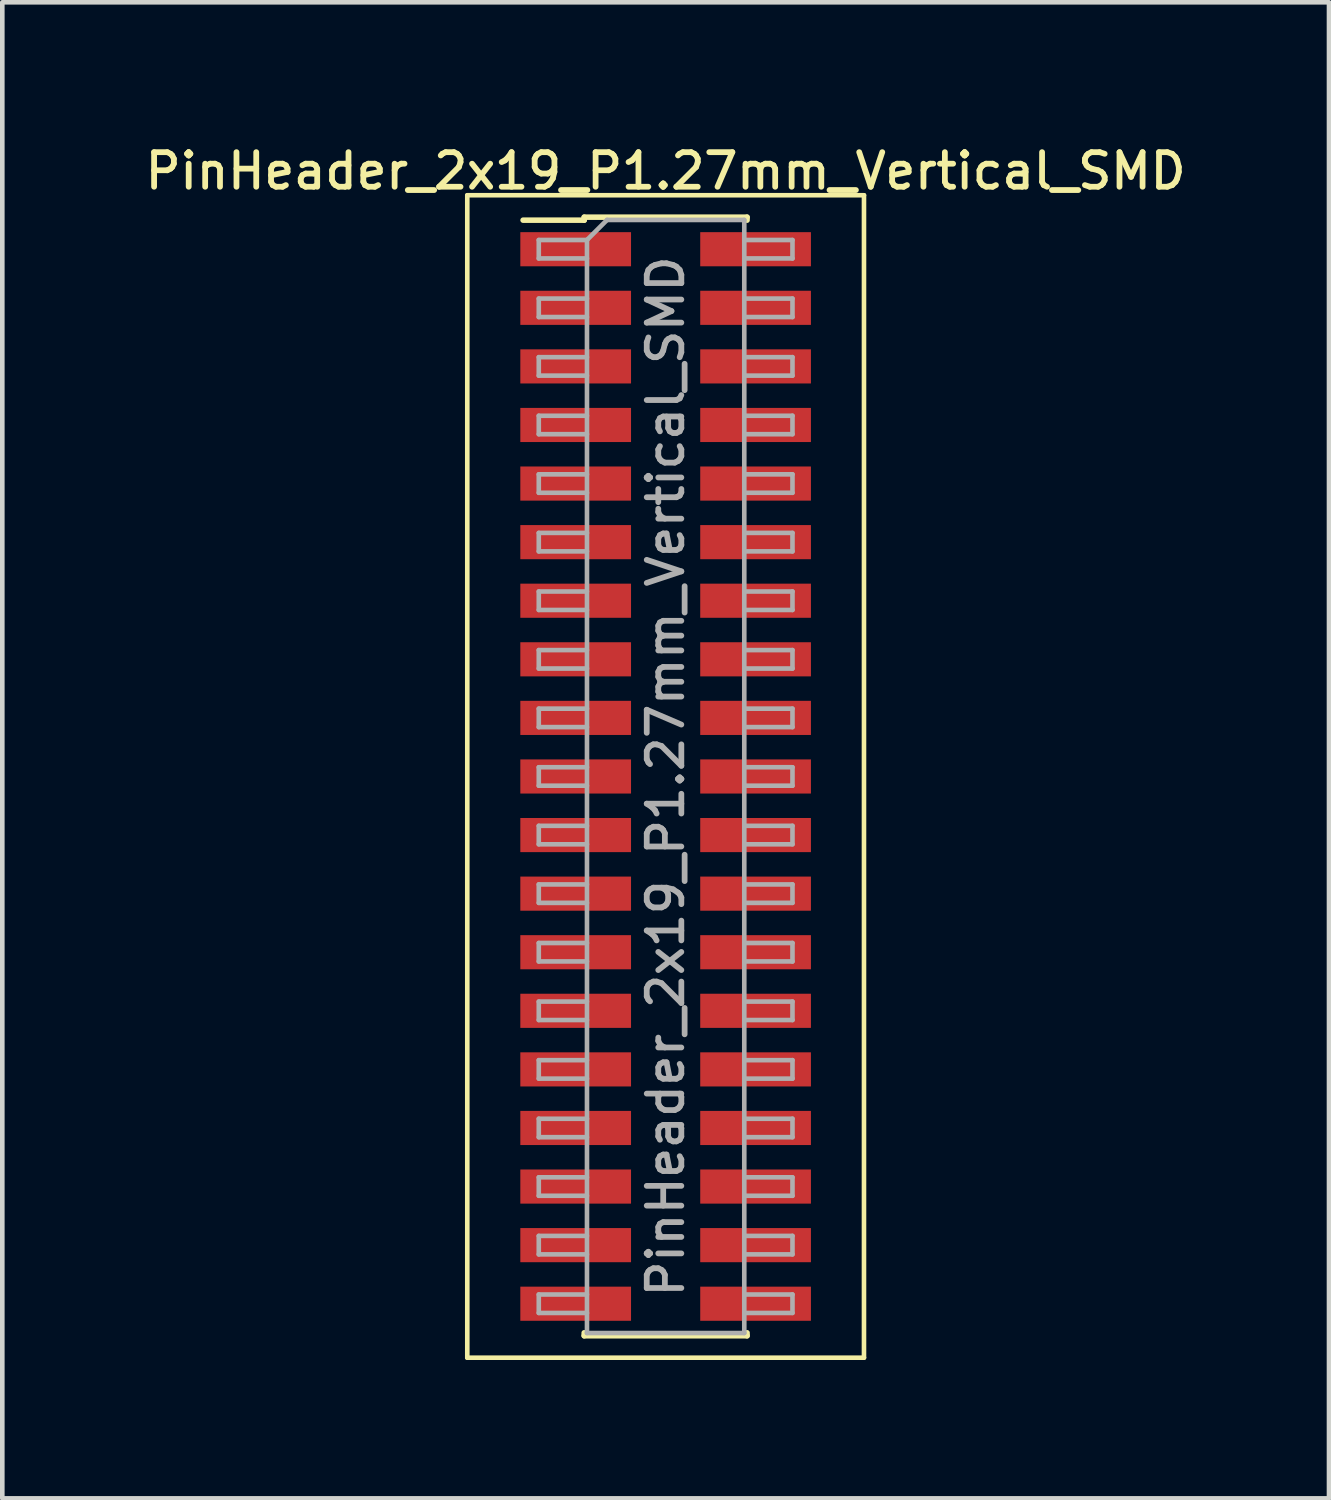
<source format=kicad_pcb>
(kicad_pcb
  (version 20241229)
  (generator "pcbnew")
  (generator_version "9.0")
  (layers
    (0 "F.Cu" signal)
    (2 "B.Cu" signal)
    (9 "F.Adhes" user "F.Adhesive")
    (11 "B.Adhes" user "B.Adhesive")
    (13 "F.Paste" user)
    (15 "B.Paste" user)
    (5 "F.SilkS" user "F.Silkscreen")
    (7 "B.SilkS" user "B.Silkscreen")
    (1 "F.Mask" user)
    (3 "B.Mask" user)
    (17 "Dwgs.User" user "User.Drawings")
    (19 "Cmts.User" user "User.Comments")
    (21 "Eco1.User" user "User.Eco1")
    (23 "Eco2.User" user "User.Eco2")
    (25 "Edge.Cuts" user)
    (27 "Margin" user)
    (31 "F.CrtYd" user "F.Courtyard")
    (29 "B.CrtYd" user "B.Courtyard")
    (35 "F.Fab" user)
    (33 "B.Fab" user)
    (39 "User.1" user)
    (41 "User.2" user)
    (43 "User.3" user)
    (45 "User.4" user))
  (footprint "PinHeader_2x19_P1.27mm_Vertical_SMD"
    (layer "F.Cu")
    (at 11.38 13.783)
    (property "Reference" "PinHeader_2x19_P1.27mm_Vertical_SMD" (at 0 -13.125 0) (layer "F.SilkS") (effects (font (size 0.75 0.75) (thickness 0.125))))
    (attr smd)
    (fp_line (start -4.3 -12.6) (end -4.3 12.6) (stroke (width 0.1) (type solid)) (layer "F.SilkS"))
    (fp_line (start -4.3 12.6) (end 4.3 12.6) (stroke (width 0.1) (type solid)) (layer "F.SilkS"))
    (fp_line (start -3.09 -12.06) (end -1.765 -12.06) (stroke (width 0.12) (type solid)) (layer "F.SilkS"))
    (fp_line (start -1.765 -12.125) (end -1.765 -12.06) (stroke (width 0.12) (type solid)) (layer "F.SilkS"))
    (fp_line (start -1.765 -12.125) (end 1.765 -12.125) (stroke (width 0.12) (type solid)) (layer "F.SilkS"))
    (fp_line (start -1.765 12.06) (end -1.765 12.125) (stroke (width 0.12) (type solid)) (layer "F.SilkS"))
    (fp_line (start -1.765 12.125) (end 1.765 12.125) (stroke (width 0.12) (type solid)) (layer "F.SilkS"))
    (fp_line (start 1.765 -12.125) (end 1.765 -12.06) (stroke (width 0.12) (type solid)) (layer "F.SilkS"))
    (fp_line (start 1.765 12.06) (end 1.765 12.125) (stroke (width 0.12) (type solid)) (layer "F.SilkS"))
    (fp_line (start 4.3 -12.6) (end -4.3 -12.6) (stroke (width 0.1) (type solid)) (layer "F.SilkS"))
    (fp_line (start 4.3 12.6) (end 4.3 -12.6) (stroke (width 0.1) (type solid)) (layer "F.SilkS"))
    (fp_line (start -2.75 -11.63) (end -2.75 -11.23) (stroke (width 0.1) (type solid)) (layer "F.Fab"))
    (fp_line (start -2.75 -11.23) (end -1.705 -11.23) (stroke (width 0.1) (type solid)) (layer "F.Fab"))
    (fp_line (start -2.75 -10.36) (end -2.75 -9.96) (stroke (width 0.1) (type solid)) (layer "F.Fab"))
    (fp_line (start -2.75 -9.96) (end -1.705 -9.96) (stroke (width 0.1) (type solid)) (layer "F.Fab"))
    (fp_line (start -2.75 -9.09) (end -2.75 -8.69) (stroke (width 0.1) (type solid)) (layer "F.Fab"))
    (fp_line (start -2.75 -8.69) (end -1.705 -8.69) (stroke (width 0.1) (type solid)) (layer "F.Fab"))
    (fp_line (start -2.75 -7.82) (end -2.75 -7.42) (stroke (width 0.1) (type solid)) (layer "F.Fab"))
    (fp_line (start -2.75 -7.42) (end -1.705 -7.42) (stroke (width 0.1) (type solid)) (layer "F.Fab"))
    (fp_line (start -2.75 -6.55) (end -2.75 -6.15) (stroke (width 0.1) (type solid)) (layer "F.Fab"))
    (fp_line (start -2.75 -6.15) (end -1.705 -6.15) (stroke (width 0.1) (type solid)) (layer "F.Fab"))
    (fp_line (start -2.75 -5.28) (end -2.75 -4.88) (stroke (width 0.1) (type solid)) (layer "F.Fab"))
    (fp_line (start -2.75 -4.88) (end -1.705 -4.88) (stroke (width 0.1) (type solid)) (layer "F.Fab"))
    (fp_line (start -2.75 -4.01) (end -2.75 -3.61) (stroke (width 0.1) (type solid)) (layer "F.Fab"))
    (fp_line (start -2.75 -3.61) (end -1.705 -3.61) (stroke (width 0.1) (type solid)) (layer "F.Fab"))
    (fp_line (start -2.75 -2.74) (end -2.75 -2.34) (stroke (width 0.1) (type solid)) (layer "F.Fab"))
    (fp_line (start -2.75 -2.34) (end -1.705 -2.34) (stroke (width 0.1) (type solid)) (layer "F.Fab"))
    (fp_line (start -2.75 -1.47) (end -2.75 -1.07) (stroke (width 0.1) (type solid)) (layer "F.Fab"))
    (fp_line (start -2.75 -1.07) (end -1.705 -1.07) (stroke (width 0.1) (type solid)) (layer "F.Fab"))
    (fp_line (start -2.75 -0.2) (end -2.75 0.2) (stroke (width 0.1) (type solid)) (layer "F.Fab"))
    (fp_line (start -2.75 0.2) (end -1.705 0.2) (stroke (width 0.1) (type solid)) (layer "F.Fab"))
    (fp_line (start -2.75 1.07) (end -2.75 1.47) (stroke (width 0.1) (type solid)) (layer "F.Fab"))
    (fp_line (start -2.75 1.47) (end -1.705 1.47) (stroke (width 0.1) (type solid)) (layer "F.Fab"))
    (fp_line (start -2.75 2.34) (end -2.75 2.74) (stroke (width 0.1) (type solid)) (layer "F.Fab"))
    (fp_line (start -2.75 2.74) (end -1.705 2.74) (stroke (width 0.1) (type solid)) (layer "F.Fab"))
    (fp_line (start -2.75 3.61) (end -2.75 4.01) (stroke (width 0.1) (type solid)) (layer "F.Fab"))
    (fp_line (start -2.75 4.01) (end -1.705 4.01) (stroke (width 0.1) (type solid)) (layer "F.Fab"))
    (fp_line (start -2.75 4.88) (end -2.75 5.28) (stroke (width 0.1) (type solid)) (layer "F.Fab"))
    (fp_line (start -2.75 5.28) (end -1.705 5.28) (stroke (width 0.1) (type solid)) (layer "F.Fab"))
    (fp_line (start -2.75 6.15) (end -2.75 6.55) (stroke (width 0.1) (type solid)) (layer "F.Fab"))
    (fp_line (start -2.75 6.55) (end -1.705 6.55) (stroke (width 0.1) (type solid)) (layer "F.Fab"))
    (fp_line (start -2.75 7.42) (end -2.75 7.82) (stroke (width 0.1) (type solid)) (layer "F.Fab"))
    (fp_line (start -2.75 7.82) (end -1.705 7.82) (stroke (width 0.1) (type solid)) (layer "F.Fab"))
    (fp_line (start -2.75 8.69) (end -2.75 9.09) (stroke (width 0.1) (type solid)) (layer "F.Fab"))
    (fp_line (start -2.75 9.09) (end -1.705 9.09) (stroke (width 0.1) (type solid)) (layer "F.Fab"))
    (fp_line (start -2.75 9.96) (end -2.75 10.36) (stroke (width 0.1) (type solid)) (layer "F.Fab"))
    (fp_line (start -2.75 10.36) (end -1.705 10.36) (stroke (width 0.1) (type solid)) (layer "F.Fab"))
    (fp_line (start -2.75 11.23) (end -2.75 11.63) (stroke (width 0.1) (type solid)) (layer "F.Fab"))
    (fp_line (start -2.75 11.63) (end -1.705 11.63) (stroke (width 0.1) (type solid)) (layer "F.Fab"))
    (fp_line (start -1.705 -11.63) (end -2.75 -11.63) (stroke (width 0.1) (type solid)) (layer "F.Fab"))
    (fp_line (start -1.705 -11.63) (end -1.27 -12.065) (stroke (width 0.1) (type solid)) (layer "F.Fab"))
    (fp_line (start -1.705 -10.36) (end -2.75 -10.36) (stroke (width 0.1) (type solid)) (layer "F.Fab"))
    (fp_line (start -1.705 -9.09) (end -2.75 -9.09) (stroke (width 0.1) (type solid)) (layer "F.Fab"))
    (fp_line (start -1.705 -7.82) (end -2.75 -7.82) (stroke (width 0.1) (type solid)) (layer "F.Fab"))
    (fp_line (start -1.705 -6.55) (end -2.75 -6.55) (stroke (width 0.1) (type solid)) (layer "F.Fab"))
    (fp_line (start -1.705 -5.28) (end -2.75 -5.28) (stroke (width 0.1) (type solid)) (layer "F.Fab"))
    (fp_line (start -1.705 -4.01) (end -2.75 -4.01) (stroke (width 0.1) (type solid)) (layer "F.Fab"))
    (fp_line (start -1.705 -2.74) (end -2.75 -2.74) (stroke (width 0.1) (type solid)) (layer "F.Fab"))
    (fp_line (start -1.705 -1.47) (end -2.75 -1.47) (stroke (width 0.1) (type solid)) (layer "F.Fab"))
    (fp_line (start -1.705 -0.2) (end -2.75 -0.2) (stroke (width 0.1) (type solid)) (layer "F.Fab"))
    (fp_line (start -1.705 1.07) (end -2.75 1.07) (stroke (width 0.1) (type solid)) (layer "F.Fab"))
    (fp_line (start -1.705 2.34) (end -2.75 2.34) (stroke (width 0.1) (type solid)) (layer "F.Fab"))
    (fp_line (start -1.705 3.61) (end -2.75 3.61) (stroke (width 0.1) (type solid)) (layer "F.Fab"))
    (fp_line (start -1.705 4.88) (end -2.75 4.88) (stroke (width 0.1) (type solid)) (layer "F.Fab"))
    (fp_line (start -1.705 6.15) (end -2.75 6.15) (stroke (width 0.1) (type solid)) (layer "F.Fab"))
    (fp_line (start -1.705 7.42) (end -2.75 7.42) (stroke (width 0.1) (type solid)) (layer "F.Fab"))
    (fp_line (start -1.705 8.69) (end -2.75 8.69) (stroke (width 0.1) (type solid)) (layer "F.Fab"))
    (fp_line (start -1.705 9.96) (end -2.75 9.96) (stroke (width 0.1) (type solid)) (layer "F.Fab"))
    (fp_line (start -1.705 11.23) (end -2.75 11.23) (stroke (width 0.1) (type solid)) (layer "F.Fab"))
    (fp_line (start -1.705 12.065) (end -1.705 -11.63) (stroke (width 0.1) (type solid)) (layer "F.Fab"))
    (fp_line (start -1.27 -12.065) (end 1.705 -12.065) (stroke (width 0.1) (type solid)) (layer "F.Fab"))
    (fp_line (start 1.705 -12.065) (end 1.705 12.065) (stroke (width 0.1) (type solid)) (layer "F.Fab"))
    (fp_line (start 1.705 -11.63) (end 2.75 -11.63) (stroke (width 0.1) (type solid)) (layer "F.Fab"))
    (fp_line (start 1.705 -10.36) (end 2.75 -10.36) (stroke (width 0.1) (type solid)) (layer "F.Fab"))
    (fp_line (start 1.705 -9.09) (end 2.75 -9.09) (stroke (width 0.1) (type solid)) (layer "F.Fab"))
    (fp_line (start 1.705 -7.82) (end 2.75 -7.82) (stroke (width 0.1) (type solid)) (layer "F.Fab"))
    (fp_line (start 1.705 -6.55) (end 2.75 -6.55) (stroke (width 0.1) (type solid)) (layer "F.Fab"))
    (fp_line (start 1.705 -5.28) (end 2.75 -5.28) (stroke (width 0.1) (type solid)) (layer "F.Fab"))
    (fp_line (start 1.705 -4.01) (end 2.75 -4.01) (stroke (width 0.1) (type solid)) (layer "F.Fab"))
    (fp_line (start 1.705 -2.74) (end 2.75 -2.74) (stroke (width 0.1) (type solid)) (layer "F.Fab"))
    (fp_line (start 1.705 -1.47) (end 2.75 -1.47) (stroke (width 0.1) (type solid)) (layer "F.Fab"))
    (fp_line (start 1.705 -0.2) (end 2.75 -0.2) (stroke (width 0.1) (type solid)) (layer "F.Fab"))
    (fp_line (start 1.705 1.07) (end 2.75 1.07) (stroke (width 0.1) (type solid)) (layer "F.Fab"))
    (fp_line (start 1.705 2.34) (end 2.75 2.34) (stroke (width 0.1) (type solid)) (layer "F.Fab"))
    (fp_line (start 1.705 3.61) (end 2.75 3.61) (stroke (width 0.1) (type solid)) (layer "F.Fab"))
    (fp_line (start 1.705 4.88) (end 2.75 4.88) (stroke (width 0.1) (type solid)) (layer "F.Fab"))
    (fp_line (start 1.705 6.15) (end 2.75 6.15) (stroke (width 0.1) (type solid)) (layer "F.Fab"))
    (fp_line (start 1.705 7.42) (end 2.75 7.42) (stroke (width 0.1) (type solid)) (layer "F.Fab"))
    (fp_line (start 1.705 8.69) (end 2.75 8.69) (stroke (width 0.1) (type solid)) (layer "F.Fab"))
    (fp_line (start 1.705 9.96) (end 2.75 9.96) (stroke (width 0.1) (type solid)) (layer "F.Fab"))
    (fp_line (start 1.705 11.23) (end 2.75 11.23) (stroke (width 0.1) (type solid)) (layer "F.Fab"))
    (fp_line (start 1.705 12.065) (end -1.705 12.065) (stroke (width 0.1) (type solid)) (layer "F.Fab"))
    (fp_line (start 2.75 -11.63) (end 2.75 -11.23) (stroke (width 0.1) (type solid)) (layer "F.Fab"))
    (fp_line (start 2.75 -11.23) (end 1.705 -11.23) (stroke (width 0.1) (type solid)) (layer "F.Fab"))
    (fp_line (start 2.75 -10.36) (end 2.75 -9.96) (stroke (width 0.1) (type solid)) (layer "F.Fab"))
    (fp_line (start 2.75 -9.96) (end 1.705 -9.96) (stroke (width 0.1) (type solid)) (layer "F.Fab"))
    (fp_line (start 2.75 -9.09) (end 2.75 -8.69) (stroke (width 0.1) (type solid)) (layer "F.Fab"))
    (fp_line (start 2.75 -8.69) (end 1.705 -8.69) (stroke (width 0.1) (type solid)) (layer "F.Fab"))
    (fp_line (start 2.75 -7.82) (end 2.75 -7.42) (stroke (width 0.1) (type solid)) (layer "F.Fab"))
    (fp_line (start 2.75 -7.42) (end 1.705 -7.42) (stroke (width 0.1) (type solid)) (layer "F.Fab"))
    (fp_line (start 2.75 -6.55) (end 2.75 -6.15) (stroke (width 0.1) (type solid)) (layer "F.Fab"))
    (fp_line (start 2.75 -6.15) (end 1.705 -6.15) (stroke (width 0.1) (type solid)) (layer "F.Fab"))
    (fp_line (start 2.75 -5.28) (end 2.75 -4.88) (stroke (width 0.1) (type solid)) (layer "F.Fab"))
    (fp_line (start 2.75 -4.88) (end 1.705 -4.88) (stroke (width 0.1) (type solid)) (layer "F.Fab"))
    (fp_line (start 2.75 -4.01) (end 2.75 -3.61) (stroke (width 0.1) (type solid)) (layer "F.Fab"))
    (fp_line (start 2.75 -3.61) (end 1.705 -3.61) (stroke (width 0.1) (type solid)) (layer "F.Fab"))
    (fp_line (start 2.75 -2.74) (end 2.75 -2.34) (stroke (width 0.1) (type solid)) (layer "F.Fab"))
    (fp_line (start 2.75 -2.34) (end 1.705 -2.34) (stroke (width 0.1) (type solid)) (layer "F.Fab"))
    (fp_line (start 2.75 -1.47) (end 2.75 -1.07) (stroke (width 0.1) (type solid)) (layer "F.Fab"))
    (fp_line (start 2.75 -1.07) (end 1.705 -1.07) (stroke (width 0.1) (type solid)) (layer "F.Fab"))
    (fp_line (start 2.75 -0.2) (end 2.75 0.2) (stroke (width 0.1) (type solid)) (layer "F.Fab"))
    (fp_line (start 2.75 0.2) (end 1.705 0.2) (stroke (width 0.1) (type solid)) (layer "F.Fab"))
    (fp_line (start 2.75 1.07) (end 2.75 1.47) (stroke (width 0.1) (type solid)) (layer "F.Fab"))
    (fp_line (start 2.75 1.47) (end 1.705 1.47) (stroke (width 0.1) (type solid)) (layer "F.Fab"))
    (fp_line (start 2.75 2.34) (end 2.75 2.74) (stroke (width 0.1) (type solid)) (layer "F.Fab"))
    (fp_line (start 2.75 2.74) (end 1.705 2.74) (stroke (width 0.1) (type solid)) (layer "F.Fab"))
    (fp_line (start 2.75 3.61) (end 2.75 4.01) (stroke (width 0.1) (type solid)) (layer "F.Fab"))
    (fp_line (start 2.75 4.01) (end 1.705 4.01) (stroke (width 0.1) (type solid)) (layer "F.Fab"))
    (fp_line (start 2.75 4.88) (end 2.75 5.28) (stroke (width 0.1) (type solid)) (layer "F.Fab"))
    (fp_line (start 2.75 5.28) (end 1.705 5.28) (stroke (width 0.1) (type solid)) (layer "F.Fab"))
    (fp_line (start 2.75 6.15) (end 2.75 6.55) (stroke (width 0.1) (type solid)) (layer "F.Fab"))
    (fp_line (start 2.75 6.55) (end 1.705 6.55) (stroke (width 0.1) (type solid)) (layer "F.Fab"))
    (fp_line (start 2.75 7.42) (end 2.75 7.82) (stroke (width 0.1) (type solid)) (layer "F.Fab"))
    (fp_line (start 2.75 7.82) (end 1.705 7.82) (stroke (width 0.1) (type solid)) (layer "F.Fab"))
    (fp_line (start 2.75 8.69) (end 2.75 9.09) (stroke (width 0.1) (type solid)) (layer "F.Fab"))
    (fp_line (start 2.75 9.09) (end 1.705 9.09) (stroke (width 0.1) (type solid)) (layer "F.Fab"))
    (fp_line (start 2.75 9.96) (end 2.75 10.36) (stroke (width 0.1) (type solid)) (layer "F.Fab"))
    (fp_line (start 2.75 10.36) (end 1.705 10.36) (stroke (width 0.1) (type solid)) (layer "F.Fab"))
    (fp_line (start 2.75 11.23) (end 2.75 11.63) (stroke (width 0.1) (type solid)) (layer "F.Fab"))
    (fp_line (start 2.75 11.63) (end 1.705 11.63) (stroke (width 0.1) (type solid)) (layer "F.Fab"))
    (fp_text user "${REFERENCE}" (at 0 0 90) (layer "F.Fab") (effects (font (size 0.75 0.75) (thickness 0.125))))
    (pad "1" smd rect (at -1.95 -11.43) (size 2.4 0.74) (layers "F.Cu" "F.Mask" "F.Paste"))
    (pad "2" smd rect (at 1.95 -11.43) (size 2.4 0.74) (layers "F.Cu" "F.Mask" "F.Paste"))
    (pad "3" smd rect (at -1.95 -10.16) (size 2.4 0.74) (layers "F.Cu" "F.Mask" "F.Paste"))
    (pad "4" smd rect (at 1.95 -10.16) (size 2.4 0.74) (layers "F.Cu" "F.Mask" "F.Paste"))
    (pad "5" smd rect (at -1.95 -8.89) (size 2.4 0.74) (layers "F.Cu" "F.Mask" "F.Paste"))
    (pad "6" smd rect (at 1.95 -8.89) (size 2.4 0.74) (layers "F.Cu" "F.Mask" "F.Paste"))
    (pad "7" smd rect (at -1.95 -7.62) (size 2.4 0.74) (layers "F.Cu" "F.Mask" "F.Paste"))
    (pad "8" smd rect (at 1.95 -7.62) (size 2.4 0.74) (layers "F.Cu" "F.Mask" "F.Paste"))
    (pad "9" smd rect (at -1.95 -6.35) (size 2.4 0.74) (layers "F.Cu" "F.Mask" "F.Paste"))
    (pad "10" smd rect (at 1.95 -6.35) (size 2.4 0.74) (layers "F.Cu" "F.Mask" "F.Paste"))
    (pad "11" smd rect (at -1.95 -5.08) (size 2.4 0.74) (layers "F.Cu" "F.Mask" "F.Paste"))
    (pad "12" smd rect (at 1.95 -5.08) (size 2.4 0.74) (layers "F.Cu" "F.Mask" "F.Paste"))
    (pad "13" smd rect (at -1.95 -3.81) (size 2.4 0.74) (layers "F.Cu" "F.Mask" "F.Paste"))
    (pad "14" smd rect (at 1.95 -3.81) (size 2.4 0.74) (layers "F.Cu" "F.Mask" "F.Paste"))
    (pad "15" smd rect (at -1.95 -2.54) (size 2.4 0.74) (layers "F.Cu" "F.Mask" "F.Paste"))
    (pad "16" smd rect (at 1.95 -2.54) (size 2.4 0.74) (layers "F.Cu" "F.Mask" "F.Paste"))
    (pad "17" smd rect (at -1.95 -1.27) (size 2.4 0.74) (layers "F.Cu" "F.Mask" "F.Paste"))
    (pad "18" smd rect (at 1.95 -1.27) (size 2.4 0.74) (layers "F.Cu" "F.Mask" "F.Paste"))
    (pad "19" smd rect (at -1.95 0) (size 2.4 0.74) (layers "F.Cu" "F.Mask" "F.Paste"))
    (pad "20" smd rect (at 1.95 0) (size 2.4 0.74) (layers "F.Cu" "F.Mask" "F.Paste"))
    (pad "21" smd rect (at -1.95 1.27) (size 2.4 0.74) (layers "F.Cu" "F.Mask" "F.Paste"))
    (pad "22" smd rect (at 1.95 1.27) (size 2.4 0.74) (layers "F.Cu" "F.Mask" "F.Paste"))
    (pad "23" smd rect (at -1.95 2.54) (size 2.4 0.74) (layers "F.Cu" "F.Mask" "F.Paste"))
    (pad "24" smd rect (at 1.95 2.54) (size 2.4 0.74) (layers "F.Cu" "F.Mask" "F.Paste"))
    (pad "25" smd rect (at -1.95 3.81) (size 2.4 0.74) (layers "F.Cu" "F.Mask" "F.Paste"))
    (pad "26" smd rect (at 1.95 3.81) (size 2.4 0.74) (layers "F.Cu" "F.Mask" "F.Paste"))
    (pad "27" smd rect (at -1.95 5.08) (size 2.4 0.74) (layers "F.Cu" "F.Mask" "F.Paste"))
    (pad "28" smd rect (at 1.95 5.08) (size 2.4 0.74) (layers "F.Cu" "F.Mask" "F.Paste"))
    (pad "29" smd rect (at -1.95 6.35) (size 2.4 0.74) (layers "F.Cu" "F.Mask" "F.Paste"))
    (pad "30" smd rect (at 1.95 6.35) (size 2.4 0.74) (layers "F.Cu" "F.Mask" "F.Paste"))
    (pad "31" smd rect (at -1.95 7.62) (size 2.4 0.74) (layers "F.Cu" "F.Mask" "F.Paste"))
    (pad "32" smd rect (at 1.95 7.62) (size 2.4 0.74) (layers "F.Cu" "F.Mask" "F.Paste"))
    (pad "33" smd rect (at -1.95 8.89) (size 2.4 0.74) (layers "F.Cu" "F.Mask" "F.Paste"))
    (pad "34" smd rect (at 1.95 8.89) (size 2.4 0.74) (layers "F.Cu" "F.Mask" "F.Paste"))
    (pad "35" smd rect (at -1.95 10.16) (size 2.4 0.74) (layers "F.Cu" "F.Mask" "F.Paste"))
    (pad "36" smd rect (at 1.95 10.16) (size 2.4 0.74) (layers "F.Cu" "F.Mask" "F.Paste"))
    (pad "37" smd rect (at -1.95 11.43) (size 2.4 0.74) (layers "F.Cu" "F.Mask" "F.Paste"))
    (pad "38" smd rect (at 1.95 11.43) (size 2.4 0.74) (layers "F.Cu" "F.Mask" "F.Paste")))
  (gr_rect
    (start -3 -3)
    (end 25.761 29.433)
    (stroke (width 0.1) (type default))
    (fill no)
    (layer "Edge.Cuts")))
</source>
